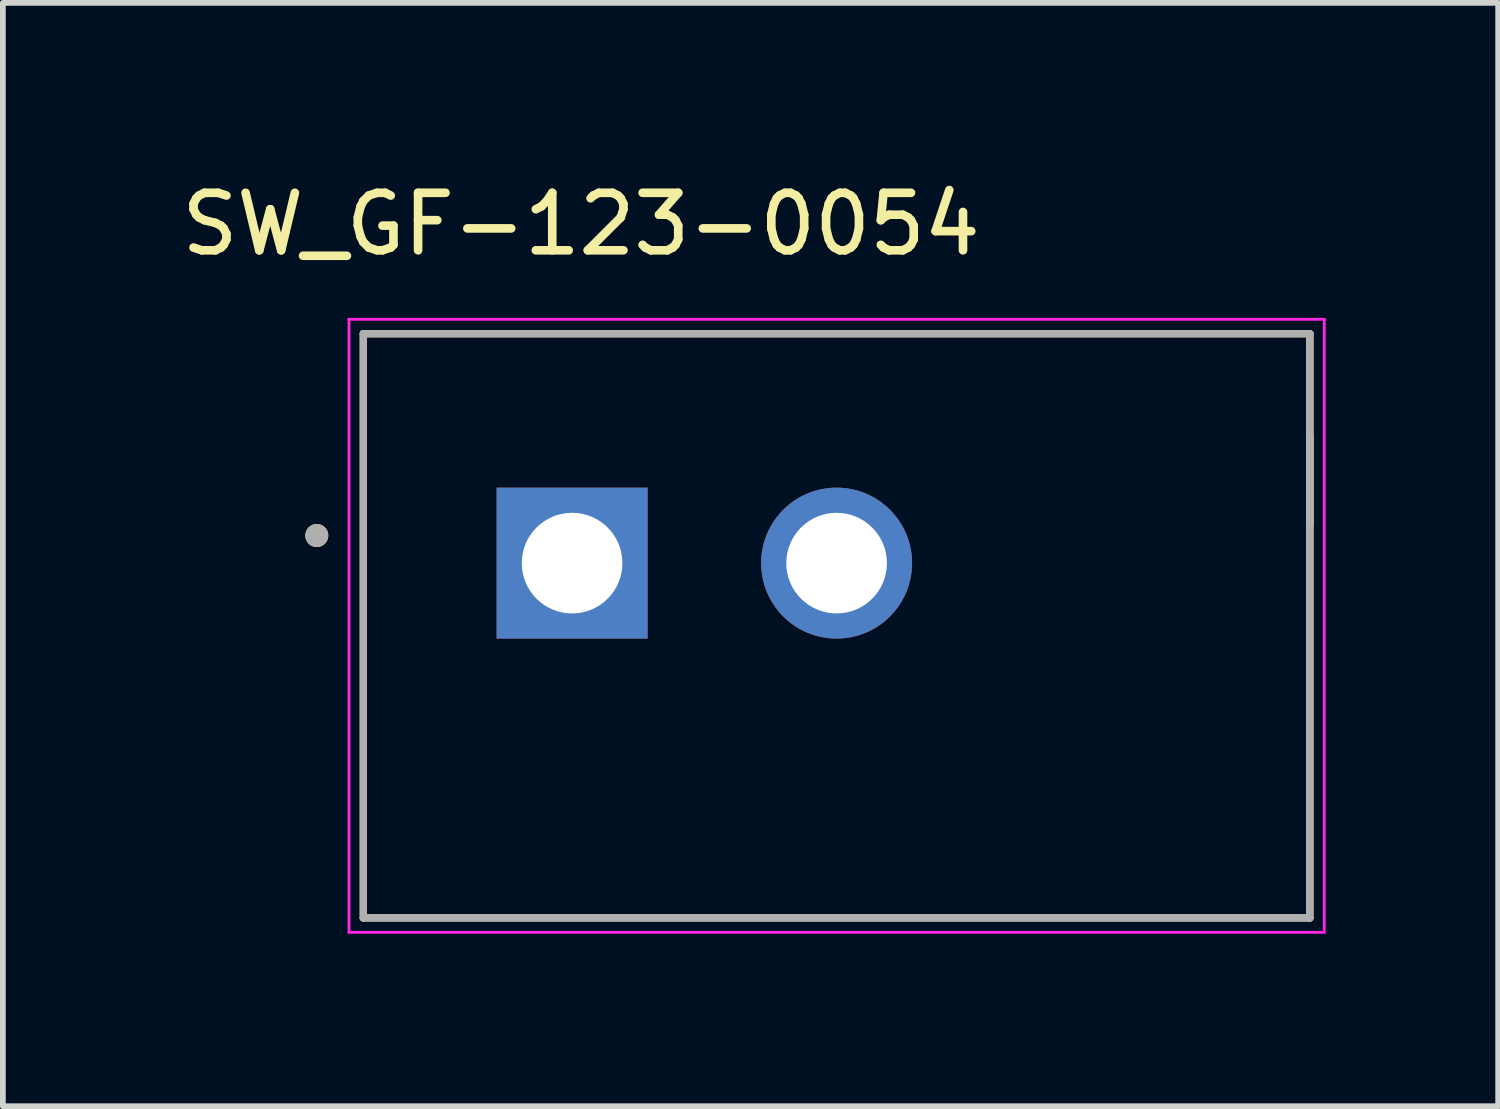
<source format=kicad_pcb>
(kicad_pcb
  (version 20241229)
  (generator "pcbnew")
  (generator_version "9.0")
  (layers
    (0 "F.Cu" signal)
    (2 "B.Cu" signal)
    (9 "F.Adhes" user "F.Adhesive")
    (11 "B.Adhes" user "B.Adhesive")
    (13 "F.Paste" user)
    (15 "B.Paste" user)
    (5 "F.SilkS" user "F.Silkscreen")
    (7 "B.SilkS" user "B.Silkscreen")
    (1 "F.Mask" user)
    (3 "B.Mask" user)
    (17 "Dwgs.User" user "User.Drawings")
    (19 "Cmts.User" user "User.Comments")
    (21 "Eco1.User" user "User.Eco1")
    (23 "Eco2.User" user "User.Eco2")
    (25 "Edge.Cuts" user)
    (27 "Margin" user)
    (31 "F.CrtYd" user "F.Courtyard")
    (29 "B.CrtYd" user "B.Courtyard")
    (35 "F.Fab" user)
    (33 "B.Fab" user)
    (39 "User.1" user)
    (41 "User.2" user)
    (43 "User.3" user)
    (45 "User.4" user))
  (footprint "SW_GF-123-0054"
    (layer "F.Cu")
    (at 11.499 7.833)
    (property "Reference" "SW_GF-123-0054" (at -4.445 -6.985 0) (layer "F.SilkS") (effects (font (size 1 1) (thickness 0.15))))
    (attr through_hole)
    (fp_line (start -8.23 5.08) (end -8.23 -5.08) (stroke (width 0.127) (type solid)) (layer "F.SilkS"))
    (fp_line (start 8.23 -5.08) (end -8.23 -5.08) (stroke (width 0.127) (type solid)) (layer "F.SilkS"))
    (fp_line (start 8.23 -5.08) (end 8.23 5.08) (stroke (width 0.127) (type solid)) (layer "F.SilkS"))
    (fp_line (start 8.23 -3.3) (end 8.23 -1.75) (stroke (width 0.127) (type solid)) (layer "F.SilkS"))
    (fp_line (start 8.23 5.08) (end -8.23 5.08) (stroke (width 0.127) (type solid)) (layer "F.SilkS"))
    (fp_circle (center -9.04 -1.57) (end -8.94 -1.57) (stroke (width 0.2) (type solid)) (fill no) (layer "F.SilkS"))
    (fp_line (start -8.48 -5.33) (end 8.48 -5.33) (stroke (width 0.05) (type solid)) (layer "F.CrtYd"))
    (fp_line (start -8.48 5.33) (end -8.48 -5.33) (stroke (width 0.05) (type solid)) (layer "F.CrtYd"))
    (fp_line (start 8.48 -5.33) (end 8.48 5.33) (stroke (width 0.05) (type solid)) (layer "F.CrtYd"))
    (fp_line (start 8.48 5.33) (end -8.48 5.33) (stroke (width 0.05) (type solid)) (layer "F.CrtYd"))
    (fp_line (start -8.23 -5.08) (end 8.23 -5.08) (stroke (width 0.127) (type solid)) (layer "F.Fab"))
    (fp_line (start -8.23 5.08) (end -8.23 -5.08) (stroke (width 0.127) (type solid)) (layer "F.Fab"))
    (fp_line (start 8.23 -5.08) (end 8.23 5.08) (stroke (width 0.127) (type solid)) (layer "F.Fab"))
    (fp_line (start 8.23 5.08) (end -8.23 5.08) (stroke (width 0.127) (type solid)) (layer "F.Fab"))
    (fp_circle (center -9.04 -1.57) (end -8.94 -1.57) (stroke (width 0.2) (type solid)) (fill no) (layer "F.Fab"))
    (pad "1" thru_hole rect (at -4.6 -1.09) (size 2.625 2.625) (drill 1.75) (layers "*.Cu" "*.Mask"))
    (pad "2" thru_hole circle (at 0 -1.09) (size 2.625 2.625) (drill 1.75) (layers "*.Cu" "*.Mask")))
  (gr_rect
    (start -3 -3)
    (end 23.004 16.188)
    (stroke (width 0.1) (type default))
    (fill no)
    (layer "Edge.Cuts")))
</source>
